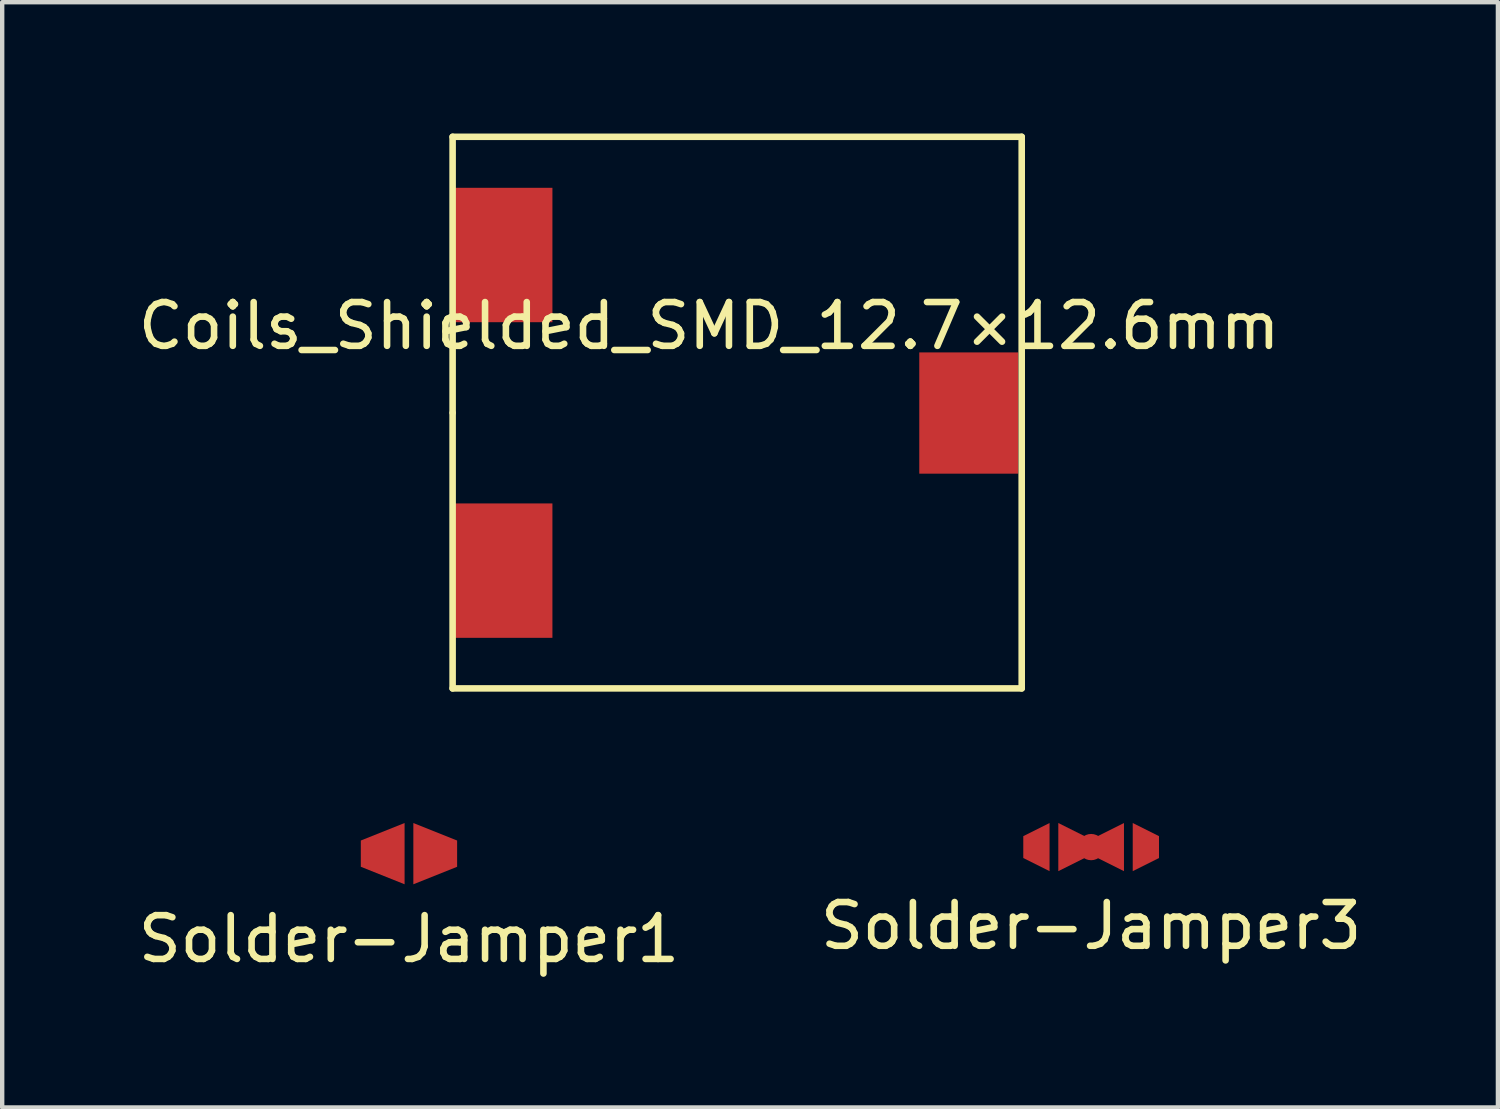
<source format=kicad_pcb>
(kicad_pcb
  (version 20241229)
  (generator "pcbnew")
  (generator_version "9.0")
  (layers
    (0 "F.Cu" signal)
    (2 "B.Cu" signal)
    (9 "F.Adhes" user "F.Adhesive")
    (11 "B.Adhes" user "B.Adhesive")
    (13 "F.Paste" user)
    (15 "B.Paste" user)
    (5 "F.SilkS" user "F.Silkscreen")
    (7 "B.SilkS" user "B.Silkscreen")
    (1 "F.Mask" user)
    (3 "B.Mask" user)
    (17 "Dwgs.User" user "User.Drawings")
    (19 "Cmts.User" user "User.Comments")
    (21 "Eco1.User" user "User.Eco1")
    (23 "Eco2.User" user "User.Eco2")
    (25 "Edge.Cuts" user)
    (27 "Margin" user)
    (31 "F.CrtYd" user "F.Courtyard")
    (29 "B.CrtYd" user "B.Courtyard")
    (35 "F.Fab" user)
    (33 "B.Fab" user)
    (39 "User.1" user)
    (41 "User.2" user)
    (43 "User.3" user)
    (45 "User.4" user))
  (footprint "Solder-Jamper3"
    (layer "F.Cu")
    (at 21.875 16.3)
    (property "Reference" "Solder-Jamper3" (at 0 1.8 0) (layer "F.SilkS") (effects (font (size 1 1) (thickness 0.15))))
    (attr through_hole)
    (pad "1" smd trapezoid (at -1.25 0 90) (size 0.8 0.6) (rect_delta 0 0.3) (layers "F.Cu" "F.Mask" "F.Paste"))
    (pad "2" smd trapezoid (at -0.45 0 270) (size 0.8 0.6) (rect_delta 0 0.3) (layers "F.Cu" "F.Mask" "F.Paste"))
    (pad "2" smd circle (at 0 0 270) (size 0.6 0.6) (layers "F.Cu" "F.Mask" "F.Paste"))
    (pad "2" smd trapezoid (at 0.45 0 90) (size 0.8 0.6) (rect_delta 0 0.3) (layers "F.Cu" "F.Mask" "F.Paste"))
    (pad "3" smd trapezoid (at 1.25 0 270) (size 0.8 0.6) (rect_delta 0 0.3) (layers "F.Cu" "F.Mask" "F.Paste")))
  (footprint "Coils_Shielded_SMD_12.7×12.6mm"
    (layer "F.Cu")
    (at 8.439 2.775)
    (property "Reference" "Coils_Shielded_SMD_12.7×12.6mm" (at 4.71 1.62 0) (layer "F.SilkS") (effects (font (size 1 1) (thickness 0.15))))
    (attr through_hole)
    (fp_line (start -1.15 -2.7) (end 11.85 -2.7) (stroke (width 0.15) (type solid)) (layer "F.SilkS"))
    (fp_line (start -1.15 3.6) (end -1.15 -2.7) (stroke (width 0.15) (type solid)) (layer "F.SilkS"))
    (fp_line (start -1.15 9.9) (end -1.15 3.61) (stroke (width 0.15) (type solid)) (layer "F.SilkS"))
    (fp_line (start 11.85 -2.7) (end 11.85 9.9) (stroke (width 0.15) (type solid)) (layer "F.SilkS"))
    (fp_line (start 11.85 9.9) (end -1.15 9.9) (stroke (width 0.15) (type solid)) (layer "F.SilkS"))
    (pad "" smd rect (at 10.64 3.61) (size 2.26 2.77) (layers "F.Cu" "F.Mask" "F.Paste"))
    (pad "1" smd rect (at 0 0) (size 2.26 3.07) (layers "F.Cu" "F.Mask" "F.Paste"))
    (pad "2" smd rect (at 0 7.21) (size 2.26 3.07) (layers "F.Cu" "F.Mask" "F.Paste")))
  (footprint "Solder-Jamper1"
    (layer "F.Cu")
    (at 6.292 16.45)
    (property "Reference" "Solder-Jamper1" (at 0 1.95 0) (layer "F.SilkS") (effects (font (size 1 1) (thickness 0.15))))
    (attr through_hole)
    (pad "1" smd trapezoid (at -0.6 0 90) (size 1 1) (rect_delta 0 0.4) (layers "F.Cu" "F.Mask" "F.Paste"))
    (pad "2" smd trapezoid (at 0.6 0 270) (size 1 1) (rect_delta 0 0.4) (layers "F.Cu" "F.Mask" "F.Paste")))
  (gr_rect
    (start -3 -3)
    (end 31.167 22.248)
    (stroke (width 0.1) (type default))
    (fill no)
    (layer "Edge.Cuts")))
</source>
